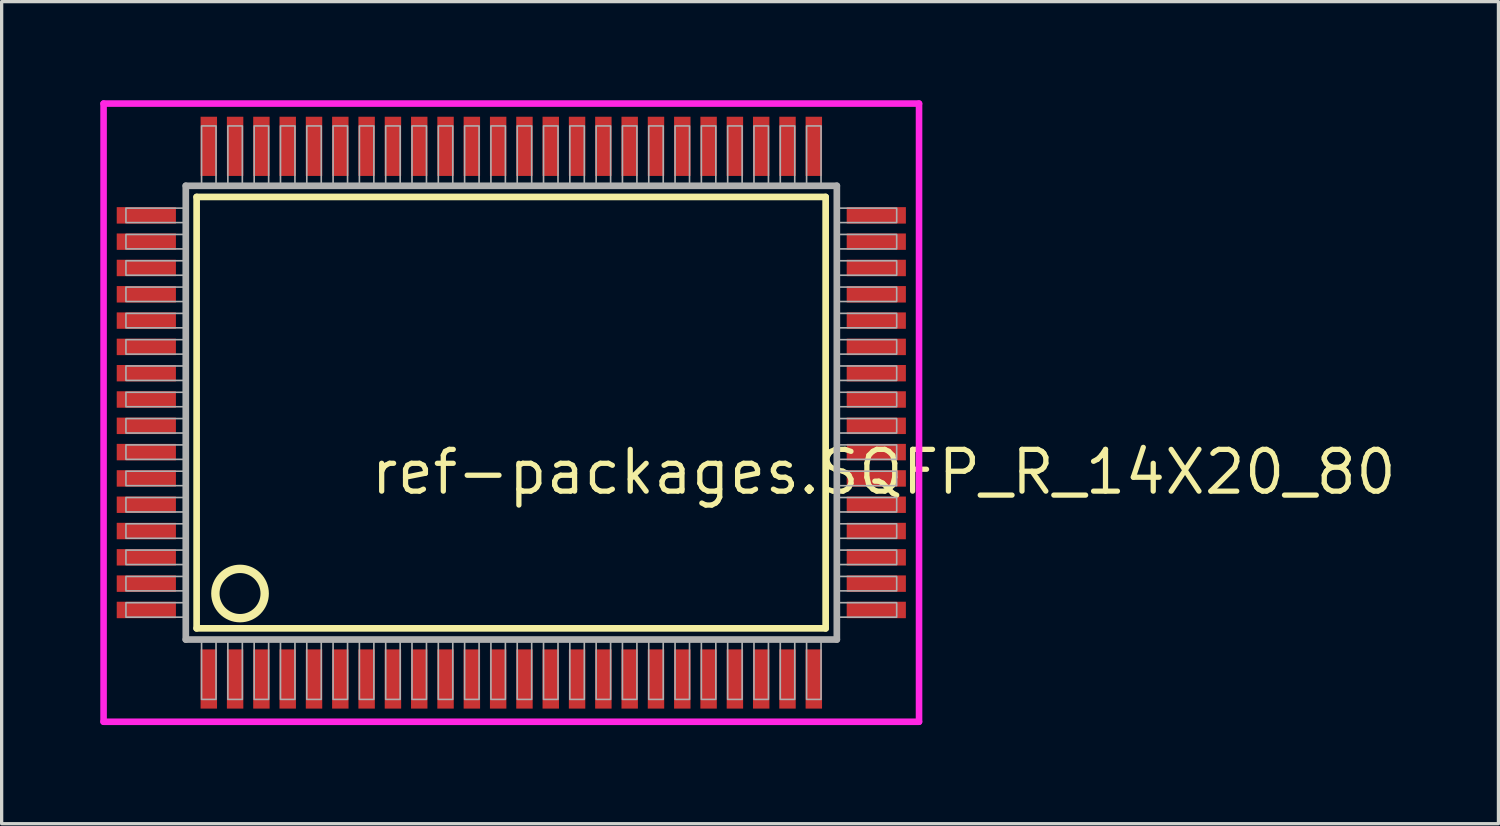
<source format=kicad_pcb>
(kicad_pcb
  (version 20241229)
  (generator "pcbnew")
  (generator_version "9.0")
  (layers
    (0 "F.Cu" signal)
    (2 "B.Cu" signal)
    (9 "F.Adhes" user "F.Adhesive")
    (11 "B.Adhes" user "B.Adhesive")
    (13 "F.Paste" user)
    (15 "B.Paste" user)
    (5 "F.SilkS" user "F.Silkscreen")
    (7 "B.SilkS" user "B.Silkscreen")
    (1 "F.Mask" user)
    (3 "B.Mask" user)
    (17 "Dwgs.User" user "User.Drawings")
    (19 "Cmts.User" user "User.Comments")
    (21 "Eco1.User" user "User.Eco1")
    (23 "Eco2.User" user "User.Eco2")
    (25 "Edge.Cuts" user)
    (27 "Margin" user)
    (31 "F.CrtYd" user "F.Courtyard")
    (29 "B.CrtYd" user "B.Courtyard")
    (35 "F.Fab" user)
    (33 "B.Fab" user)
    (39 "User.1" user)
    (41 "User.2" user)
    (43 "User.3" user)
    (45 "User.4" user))
  (footprint "ref-packages.SQFP_R_14X20_80"
    (layer "F.Cu")
    (at 12.5 9.5)
    (property "Reference" "ref-packages.SQFP_R_14X20_80" (at -4.35 2.55 0) (layer "F.SilkS") (effects (font (size 1.27 1.27) (thickness 0.16)) (justify left bottom)))
    (attr smd)
    (fp_line (start -9.57 -6.56) (end 9.56 -6.56) (stroke (width 0.203) (type default)) (layer "F.SilkS"))
    (fp_line (start -9.57 6.56) (end -9.57 -6.56) (stroke (width 0.203) (type default)) (layer "F.SilkS"))
    (fp_line (start 9.56 -6.56) (end 9.56 6.56) (stroke (width 0.203) (type default)) (layer "F.SilkS"))
    (fp_line (start 9.56 6.56) (end -9.57 6.56) (stroke (width 0.203) (type default)) (layer "F.SilkS"))
    (fp_circle (center -8.25 5.5) (end -7.5 5.5) (stroke (width 0.254) (type default)) (fill no) (layer "F.SilkS"))
    (fp_line (start -12.4 -9.4) (end 12.4 -9.4) (stroke (width 0.2) (type default)) (layer "F.CrtYd"))
    (fp_line (start -12.4 9.4) (end -12.4 -9.4) (stroke (width 0.2) (type default)) (layer "F.CrtYd"))
    (fp_line (start 12.4 -9.4) (end 12.4 9.4) (stroke (width 0.2) (type default)) (layer "F.CrtYd"))
    (fp_line (start 12.4 9.4) (end -12.4 9.4) (stroke (width 0.2) (type default)) (layer "F.CrtYd"))
    (fp_line (start -9.9 -6.9) (end -9.9 6.9) (stroke (width 0.203) (type default)) (layer "F.Fab"))
    (fp_line (start -9.9 6.9) (end 9.9 6.9) (stroke (width 0.203) (type default)) (layer "F.Fab"))
    (fp_line (start 9.9 -6.9) (end -9.9 -6.9) (stroke (width 0.203) (type default)) (layer "F.Fab"))
    (fp_line (start 9.9 6.9) (end 9.9 -6.9) (stroke (width 0.203) (type default)) (layer "F.Fab"))
    (fp_rect (start -11.72 -5.78) (end -9.95 -6.22) (stroke (width 0.05) (type default)) (fill no) (layer "F.Fab"))
    (fp_rect (start -11.72 -4.98) (end -9.95 -5.42) (stroke (width 0.05) (type default)) (fill no) (layer "F.Fab"))
    (fp_rect (start -11.72 -4.18) (end -9.95 -4.62) (stroke (width 0.05) (type default)) (fill no) (layer "F.Fab"))
    (fp_rect (start -11.72 -3.38) (end -9.95 -3.82) (stroke (width 0.05) (type default)) (fill no) (layer "F.Fab"))
    (fp_rect (start -11.72 -2.58) (end -9.95 -3.02) (stroke (width 0.05) (type default)) (fill no) (layer "F.Fab"))
    (fp_rect (start -11.72 -1.78) (end -9.95 -2.22) (stroke (width 0.05) (type default)) (fill no) (layer "F.Fab"))
    (fp_rect (start -11.72 -0.98) (end -9.95 -1.42) (stroke (width 0.05) (type default)) (fill no) (layer "F.Fab"))
    (fp_rect (start -11.72 -0.18) (end -9.95 -0.62) (stroke (width 0.05) (type default)) (fill no) (layer "F.Fab"))
    (fp_rect (start -11.72 0.62) (end -9.95 0.18) (stroke (width 0.05) (type default)) (fill no) (layer "F.Fab"))
    (fp_rect (start -11.72 1.42) (end -9.95 0.98) (stroke (width 0.05) (type default)) (fill no) (layer "F.Fab"))
    (fp_rect (start -11.72 2.22) (end -9.95 1.78) (stroke (width 0.05) (type default)) (fill no) (layer "F.Fab"))
    (fp_rect (start -11.72 3.02) (end -9.95 2.58) (stroke (width 0.05) (type default)) (fill no) (layer "F.Fab"))
    (fp_rect (start -11.72 3.82) (end -9.95 3.38) (stroke (width 0.05) (type default)) (fill no) (layer "F.Fab"))
    (fp_rect (start -11.72 4.62) (end -9.95 4.18) (stroke (width 0.05) (type default)) (fill no) (layer "F.Fab"))
    (fp_rect (start -11.72 5.42) (end -9.95 4.98) (stroke (width 0.05) (type default)) (fill no) (layer "F.Fab"))
    (fp_rect (start -11.72 6.22) (end -9.95 5.78) (stroke (width 0.05) (type default)) (fill no) (layer "F.Fab"))
    (fp_rect (start -9.42 -6.95) (end -8.98 -8.72) (stroke (width 0.05) (type default)) (fill no) (layer "F.Fab"))
    (fp_rect (start -9.42 8.72) (end -8.98 6.95) (stroke (width 0.05) (type default)) (fill no) (layer "F.Fab"))
    (fp_rect (start -8.62 -6.95) (end -8.18 -8.72) (stroke (width 0.05) (type default)) (fill no) (layer "F.Fab"))
    (fp_rect (start -8.62 8.72) (end -8.18 6.95) (stroke (width 0.05) (type default)) (fill no) (layer "F.Fab"))
    (fp_rect (start -7.82 -6.95) (end -7.38 -8.72) (stroke (width 0.05) (type default)) (fill no) (layer "F.Fab"))
    (fp_rect (start -7.82 8.72) (end -7.38 6.95) (stroke (width 0.05) (type default)) (fill no) (layer "F.Fab"))
    (fp_rect (start -7.02 -6.95) (end -6.58 -8.72) (stroke (width 0.05) (type default)) (fill no) (layer "F.Fab"))
    (fp_rect (start -7.02 8.72) (end -6.58 6.95) (stroke (width 0.05) (type default)) (fill no) (layer "F.Fab"))
    (fp_rect (start -6.22 -6.95) (end -5.78 -8.72) (stroke (width 0.05) (type default)) (fill no) (layer "F.Fab"))
    (fp_rect (start -6.22 8.72) (end -5.78 6.95) (stroke (width 0.05) (type default)) (fill no) (layer "F.Fab"))
    (fp_rect (start -5.42 -6.95) (end -4.98 -8.72) (stroke (width 0.05) (type default)) (fill no) (layer "F.Fab"))
    (fp_rect (start -5.42 8.72) (end -4.98 6.95) (stroke (width 0.05) (type default)) (fill no) (layer "F.Fab"))
    (fp_rect (start -4.62 -6.95) (end -4.18 -8.72) (stroke (width 0.05) (type default)) (fill no) (layer "F.Fab"))
    (fp_rect (start -4.62 8.72) (end -4.18 6.95) (stroke (width 0.05) (type default)) (fill no) (layer "F.Fab"))
    (fp_rect (start -3.82 -6.95) (end -3.38 -8.72) (stroke (width 0.05) (type default)) (fill no) (layer "F.Fab"))
    (fp_rect (start -3.82 8.72) (end -3.38 6.95) (stroke (width 0.05) (type default)) (fill no) (layer "F.Fab"))
    (fp_rect (start -3.02 -6.95) (end -2.58 -8.72) (stroke (width 0.05) (type default)) (fill no) (layer "F.Fab"))
    (fp_rect (start -3.02 8.72) (end -2.58 6.95) (stroke (width 0.05) (type default)) (fill no) (layer "F.Fab"))
    (fp_rect (start -2.22 -6.95) (end -1.78 -8.72) (stroke (width 0.05) (type default)) (fill no) (layer "F.Fab"))
    (fp_rect (start -2.22 8.72) (end -1.78 6.95) (stroke (width 0.05) (type default)) (fill no) (layer "F.Fab"))
    (fp_rect (start -1.42 -6.95) (end -0.98 -8.72) (stroke (width 0.05) (type default)) (fill no) (layer "F.Fab"))
    (fp_rect (start -1.42 8.72) (end -0.98 6.95) (stroke (width 0.05) (type default)) (fill no) (layer "F.Fab"))
    (fp_rect (start -0.62 -6.95) (end -0.18 -8.72) (stroke (width 0.05) (type default)) (fill no) (layer "F.Fab"))
    (fp_rect (start -0.62 8.72) (end -0.18 6.95) (stroke (width 0.05) (type default)) (fill no) (layer "F.Fab"))
    (fp_rect (start 0.18 -6.95) (end 0.62 -8.72) (stroke (width 0.05) (type default)) (fill no) (layer "F.Fab"))
    (fp_rect (start 0.18 8.72) (end 0.62 6.95) (stroke (width 0.05) (type default)) (fill no) (layer "F.Fab"))
    (fp_rect (start 0.98 -6.95) (end 1.42 -8.72) (stroke (width 0.05) (type default)) (fill no) (layer "F.Fab"))
    (fp_rect (start 0.98 8.72) (end 1.42 6.95) (stroke (width 0.05) (type default)) (fill no) (layer "F.Fab"))
    (fp_rect (start 1.78 -6.95) (end 2.22 -8.72) (stroke (width 0.05) (type default)) (fill no) (layer "F.Fab"))
    (fp_rect (start 1.78 8.72) (end 2.22 6.95) (stroke (width 0.05) (type default)) (fill no) (layer "F.Fab"))
    (fp_rect (start 2.58 -6.95) (end 3.02 -8.72) (stroke (width 0.05) (type default)) (fill no) (layer "F.Fab"))
    (fp_rect (start 2.58 8.72) (end 3.02 6.95) (stroke (width 0.05) (type default)) (fill no) (layer "F.Fab"))
    (fp_rect (start 3.38 -6.95) (end 3.82 -8.72) (stroke (width 0.05) (type default)) (fill no) (layer "F.Fab"))
    (fp_rect (start 3.38 8.72) (end 3.82 6.95) (stroke (width 0.05) (type default)) (fill no) (layer "F.Fab"))
    (fp_rect (start 4.18 -6.95) (end 4.62 -8.72) (stroke (width 0.05) (type default)) (fill no) (layer "F.Fab"))
    (fp_rect (start 4.18 8.72) (end 4.62 6.95) (stroke (width 0.05) (type default)) (fill no) (layer "F.Fab"))
    (fp_rect (start 4.98 -6.95) (end 5.42 -8.72) (stroke (width 0.05) (type default)) (fill no) (layer "F.Fab"))
    (fp_rect (start 4.98 8.72) (end 5.42 6.95) (stroke (width 0.05) (type default)) (fill no) (layer "F.Fab"))
    (fp_rect (start 5.78 -6.95) (end 6.22 -8.72) (stroke (width 0.05) (type default)) (fill no) (layer "F.Fab"))
    (fp_rect (start 5.78 8.72) (end 6.22 6.95) (stroke (width 0.05) (type default)) (fill no) (layer "F.Fab"))
    (fp_rect (start 6.58 -6.95) (end 7.02 -8.72) (stroke (width 0.05) (type default)) (fill no) (layer "F.Fab"))
    (fp_rect (start 6.58 8.72) (end 7.02 6.95) (stroke (width 0.05) (type default)) (fill no) (layer "F.Fab"))
    (fp_rect (start 7.38 -6.95) (end 7.82 -8.72) (stroke (width 0.05) (type default)) (fill no) (layer "F.Fab"))
    (fp_rect (start 7.38 8.72) (end 7.82 6.95) (stroke (width 0.05) (type default)) (fill no) (layer "F.Fab"))
    (fp_rect (start 8.18 -6.95) (end 8.62 -8.72) (stroke (width 0.05) (type default)) (fill no) (layer "F.Fab"))
    (fp_rect (start 8.18 8.72) (end 8.62 6.95) (stroke (width 0.05) (type default)) (fill no) (layer "F.Fab"))
    (fp_rect (start 8.98 -6.95) (end 9.42 -8.72) (stroke (width 0.05) (type default)) (fill no) (layer "F.Fab"))
    (fp_rect (start 8.98 8.72) (end 9.42 6.95) (stroke (width 0.05) (type default)) (fill no) (layer "F.Fab"))
    (fp_rect (start 9.95 -5.78) (end 11.72 -6.22) (stroke (width 0.05) (type default)) (fill no) (layer "F.Fab"))
    (fp_rect (start 9.95 -4.98) (end 11.72 -5.42) (stroke (width 0.05) (type default)) (fill no) (layer "F.Fab"))
    (fp_rect (start 9.95 -4.18) (end 11.72 -4.62) (stroke (width 0.05) (type default)) (fill no) (layer "F.Fab"))
    (fp_rect (start 9.95 -3.38) (end 11.72 -3.82) (stroke (width 0.05) (type default)) (fill no) (layer "F.Fab"))
    (fp_rect (start 9.95 -2.58) (end 11.72 -3.02) (stroke (width 0.05) (type default)) (fill no) (layer "F.Fab"))
    (fp_rect (start 9.95 -1.78) (end 11.72 -2.22) (stroke (width 0.05) (type default)) (fill no) (layer "F.Fab"))
    (fp_rect (start 9.95 -0.98) (end 11.72 -1.42) (stroke (width 0.05) (type default)) (fill no) (layer "F.Fab"))
    (fp_rect (start 9.95 -0.18) (end 11.72 -0.62) (stroke (width 0.05) (type default)) (fill no) (layer "F.Fab"))
    (fp_rect (start 9.95 0.62) (end 11.72 0.18) (stroke (width 0.05) (type default)) (fill no) (layer "F.Fab"))
    (fp_rect (start 9.95 1.42) (end 11.72 0.98) (stroke (width 0.05) (type default)) (fill no) (layer "F.Fab"))
    (fp_rect (start 9.95 2.22) (end 11.72 1.78) (stroke (width 0.05) (type default)) (fill no) (layer "F.Fab"))
    (fp_rect (start 9.95 3.02) (end 11.72 2.58) (stroke (width 0.05) (type default)) (fill no) (layer "F.Fab"))
    (fp_rect (start 9.95 3.82) (end 11.72 3.38) (stroke (width 0.05) (type default)) (fill no) (layer "F.Fab"))
    (fp_rect (start 9.95 4.62) (end 11.72 4.18) (stroke (width 0.05) (type default)) (fill no) (layer "F.Fab"))
    (fp_rect (start 9.95 5.42) (end 11.72 4.98) (stroke (width 0.05) (type default)) (fill no) (layer "F.Fab"))
    (fp_rect (start 9.95 6.22) (end 11.72 5.78) (stroke (width 0.05) (type default)) (fill no) (layer "F.Fab"))
    (pad "1" smd roundrect (at -9.2 8.1) (size 0.5 1.8) (layers "F.Cu" "F.Mask" "F.Paste") (roundrect_rratio 0.01))
    (pad "2" smd roundrect (at -8.4 8.1) (size 0.5 1.8) (layers "F.Cu" "F.Mask" "F.Paste") (roundrect_rratio 0.01))
    (pad "3" smd roundrect (at -7.6 8.1) (size 0.5 1.8) (layers "F.Cu" "F.Mask" "F.Paste") (roundrect_rratio 0.01))
    (pad "4" smd roundrect (at -6.8 8.1) (size 0.5 1.8) (layers "F.Cu" "F.Mask" "F.Paste") (roundrect_rratio 0.01))
    (pad "5" smd roundrect (at -6 8.1) (size 0.5 1.8) (layers "F.Cu" "F.Mask" "F.Paste") (roundrect_rratio 0.01))
    (pad "6" smd roundrect (at -5.2 8.1) (size 0.5 1.8) (layers "F.Cu" "F.Mask" "F.Paste") (roundrect_rratio 0.01))
    (pad "7" smd roundrect (at -4.4 8.1) (size 0.5 1.8) (layers "F.Cu" "F.Mask" "F.Paste") (roundrect_rratio 0.01))
    (pad "8" smd roundrect (at -3.6 8.1) (size 0.5 1.8) (layers "F.Cu" "F.Mask" "F.Paste") (roundrect_rratio 0.01))
    (pad "9" smd roundrect (at -2.8 8.1) (size 0.5 1.8) (layers "F.Cu" "F.Mask" "F.Paste") (roundrect_rratio 0.01))
    (pad "10" smd roundrect (at -2 8.1) (size 0.5 1.8) (layers "F.Cu" "F.Mask" "F.Paste") (roundrect_rratio 0.01))
    (pad "11" smd roundrect (at -1.2 8.1) (size 0.5 1.8) (layers "F.Cu" "F.Mask" "F.Paste") (roundrect_rratio 0.01))
    (pad "12" smd roundrect (at -0.4 8.1) (size 0.5 1.8) (layers "F.Cu" "F.Mask" "F.Paste") (roundrect_rratio 0.01))
    (pad "13" smd roundrect (at 0.4 8.1) (size 0.5 1.8) (layers "F.Cu" "F.Mask" "F.Paste") (roundrect_rratio 0.01))
    (pad "14" smd roundrect (at 1.2 8.1) (size 0.5 1.8) (layers "F.Cu" "F.Mask" "F.Paste") (roundrect_rratio 0.01))
    (pad "15" smd roundrect (at 2 8.1) (size 0.5 1.8) (layers "F.Cu" "F.Mask" "F.Paste") (roundrect_rratio 0.01))
    (pad "16" smd roundrect (at 2.8 8.1) (size 0.5 1.8) (layers "F.Cu" "F.Mask" "F.Paste") (roundrect_rratio 0.01))
    (pad "17" smd roundrect (at 3.6 8.1) (size 0.5 1.8) (layers "F.Cu" "F.Mask" "F.Paste") (roundrect_rratio 0.01))
    (pad "18" smd roundrect (at 4.4 8.1) (size 0.5 1.8) (layers "F.Cu" "F.Mask" "F.Paste") (roundrect_rratio 0.01))
    (pad "19" smd roundrect (at 5.2 8.1) (size 0.5 1.8) (layers "F.Cu" "F.Mask" "F.Paste") (roundrect_rratio 0.01))
    (pad "20" smd roundrect (at 6 8.1) (size 0.5 1.8) (layers "F.Cu" "F.Mask" "F.Paste") (roundrect_rratio 0.01))
    (pad "21" smd roundrect (at 6.8 8.1) (size 0.5 1.8) (layers "F.Cu" "F.Mask" "F.Paste") (roundrect_rratio 0.01))
    (pad "22" smd roundrect (at 7.6 8.1) (size 0.5 1.8) (layers "F.Cu" "F.Mask" "F.Paste") (roundrect_rratio 0.01))
    (pad "23" smd roundrect (at 8.4 8.1) (size 0.5 1.8) (layers "F.Cu" "F.Mask" "F.Paste") (roundrect_rratio 0.01))
    (pad "24" smd roundrect (at 9.2 8.1) (size 0.5 1.8) (layers "F.Cu" "F.Mask" "F.Paste") (roundrect_rratio 0.01))
    (pad "25" smd roundrect (at 11.1 6) (size 1.8 0.5) (layers "F.Cu" "F.Mask" "F.Paste") (roundrect_rratio 0.01))
    (pad "26" smd roundrect (at 11.1 5.2) (size 1.8 0.5) (layers "F.Cu" "F.Mask" "F.Paste") (roundrect_rratio 0.01))
    (pad "27" smd roundrect (at 11.1 4.4) (size 1.8 0.5) (layers "F.Cu" "F.Mask" "F.Paste") (roundrect_rratio 0.01))
    (pad "28" smd roundrect (at 11.1 3.6) (size 1.8 0.5) (layers "F.Cu" "F.Mask" "F.Paste") (roundrect_rratio 0.01))
    (pad "29" smd roundrect (at 11.1 2.8) (size 1.8 0.5) (layers "F.Cu" "F.Mask" "F.Paste") (roundrect_rratio 0.01))
    (pad "30" smd roundrect (at 11.1 2) (size 1.8 0.5) (layers "F.Cu" "F.Mask" "F.Paste") (roundrect_rratio 0.01))
    (pad "31" smd roundrect (at 11.1 1.2) (size 1.8 0.5) (layers "F.Cu" "F.Mask" "F.Paste") (roundrect_rratio 0.01))
    (pad "32" smd roundrect (at 11.1 0.4) (size 1.8 0.5) (layers "F.Cu" "F.Mask" "F.Paste") (roundrect_rratio 0.01))
    (pad "33" smd roundrect (at 11.1 -0.4) (size 1.8 0.5) (layers "F.Cu" "F.Mask" "F.Paste") (roundrect_rratio 0.01))
    (pad "34" smd roundrect (at 11.1 -1.2) (size 1.8 0.5) (layers "F.Cu" "F.Mask" "F.Paste") (roundrect_rratio 0.01))
    (pad "35" smd roundrect (at 11.1 -2) (size 1.8 0.5) (layers "F.Cu" "F.Mask" "F.Paste") (roundrect_rratio 0.01))
    (pad "36" smd roundrect (at 11.1 -2.8) (size 1.8 0.5) (layers "F.Cu" "F.Mask" "F.Paste") (roundrect_rratio 0.01))
    (pad "37" smd roundrect (at 11.1 -3.6) (size 1.8 0.5) (layers "F.Cu" "F.Mask" "F.Paste") (roundrect_rratio 0.01))
    (pad "38" smd roundrect (at 11.1 -4.4) (size 1.8 0.5) (layers "F.Cu" "F.Mask" "F.Paste") (roundrect_rratio 0.01))
    (pad "39" smd roundrect (at 11.1 -5.2) (size 1.8 0.5) (layers "F.Cu" "F.Mask" "F.Paste") (roundrect_rratio 0.01))
    (pad "40" smd roundrect (at 11.1 -6) (size 1.8 0.5) (layers "F.Cu" "F.Mask" "F.Paste") (roundrect_rratio 0.01))
    (pad "41" smd roundrect (at 9.2 -8.1) (size 0.5 1.8) (layers "F.Cu" "F.Mask" "F.Paste") (roundrect_rratio 0.01))
    (pad "42" smd roundrect (at 8.4 -8.1) (size 0.5 1.8) (layers "F.Cu" "F.Mask" "F.Paste") (roundrect_rratio 0.01))
    (pad "43" smd roundrect (at 7.6 -8.1) (size 0.5 1.8) (layers "F.Cu" "F.Mask" "F.Paste") (roundrect_rratio 0.01))
    (pad "44" smd roundrect (at 6.8 -8.1) (size 0.5 1.8) (layers "F.Cu" "F.Mask" "F.Paste") (roundrect_rratio 0.01))
    (pad "45" smd roundrect (at 6 -8.1) (size 0.5 1.8) (layers "F.Cu" "F.Mask" "F.Paste") (roundrect_rratio 0.01))
    (pad "46" smd roundrect (at 5.2 -8.1) (size 0.5 1.8) (layers "F.Cu" "F.Mask" "F.Paste") (roundrect_rratio 0.01))
    (pad "47" smd roundrect (at 4.4 -8.1) (size 0.5 1.8) (layers "F.Cu" "F.Mask" "F.Paste") (roundrect_rratio 0.01))
    (pad "48" smd roundrect (at 3.6 -8.1) (size 0.5 1.8) (layers "F.Cu" "F.Mask" "F.Paste") (roundrect_rratio 0.01))
    (pad "49" smd roundrect (at 2.8 -8.1) (size 0.5 1.8) (layers "F.Cu" "F.Mask" "F.Paste") (roundrect_rratio 0.01))
    (pad "50" smd roundrect (at 2 -8.1) (size 0.5 1.8) (layers "F.Cu" "F.Mask" "F.Paste") (roundrect_rratio 0.01))
    (pad "51" smd roundrect (at 1.2 -8.1) (size 0.5 1.8) (layers "F.Cu" "F.Mask" "F.Paste") (roundrect_rratio 0.01))
    (pad "52" smd roundrect (at 0.4 -8.1) (size 0.5 1.8) (layers "F.Cu" "F.Mask" "F.Paste") (roundrect_rratio 0.01))
    (pad "53" smd roundrect (at -0.4 -8.1) (size 0.5 1.8) (layers "F.Cu" "F.Mask" "F.Paste") (roundrect_rratio 0.01))
    (pad "54" smd roundrect (at -1.2 -8.1) (size 0.5 1.8) (layers "F.Cu" "F.Mask" "F.Paste") (roundrect_rratio 0.01))
    (pad "55" smd roundrect (at -2 -8.1) (size 0.5 1.8) (layers "F.Cu" "F.Mask" "F.Paste") (roundrect_rratio 0.01))
    (pad "56" smd roundrect (at -2.8 -8.1) (size 0.5 1.8) (layers "F.Cu" "F.Mask" "F.Paste") (roundrect_rratio 0.01))
    (pad "57" smd roundrect (at -3.6 -8.1) (size 0.5 1.8) (layers "F.Cu" "F.Mask" "F.Paste") (roundrect_rratio 0.01))
    (pad "58" smd roundrect (at -4.4 -8.1) (size 0.5 1.8) (layers "F.Cu" "F.Mask" "F.Paste") (roundrect_rratio 0.01))
    (pad "59" smd roundrect (at -5.2 -8.1) (size 0.5 1.8) (layers "F.Cu" "F.Mask" "F.Paste") (roundrect_rratio 0.01))
    (pad "60" smd roundrect (at -6 -8.1) (size 0.5 1.8) (layers "F.Cu" "F.Mask" "F.Paste") (roundrect_rratio 0.01))
    (pad "61" smd roundrect (at -6.8 -8.1) (size 0.5 1.8) (layers "F.Cu" "F.Mask" "F.Paste") (roundrect_rratio 0.01))
    (pad "62" smd roundrect (at -7.6 -8.1) (size 0.5 1.8) (layers "F.Cu" "F.Mask" "F.Paste") (roundrect_rratio 0.01))
    (pad "63" smd roundrect (at -8.4 -8.1) (size 0.5 1.8) (layers "F.Cu" "F.Mask" "F.Paste") (roundrect_rratio 0.01))
    (pad "64" smd roundrect (at -9.2 -8.1) (size 0.5 1.8) (layers "F.Cu" "F.Mask" "F.Paste") (roundrect_rratio 0.01))
    (pad "65" smd roundrect (at -11.1 -6) (size 1.8 0.5) (layers "F.Cu" "F.Mask" "F.Paste") (roundrect_rratio 0.01))
    (pad "66" smd roundrect (at -11.1 -5.2) (size 1.8 0.5) (layers "F.Cu" "F.Mask" "F.Paste") (roundrect_rratio 0.01))
    (pad "67" smd roundrect (at -11.1 -4.4) (size 1.8 0.5) (layers "F.Cu" "F.Mask" "F.Paste") (roundrect_rratio 0.01))
    (pad "68" smd roundrect (at -11.1 -3.6) (size 1.8 0.5) (layers "F.Cu" "F.Mask" "F.Paste") (roundrect_rratio 0.01))
    (pad "69" smd roundrect (at -11.1 -2.8) (size 1.8 0.5) (layers "F.Cu" "F.Mask" "F.Paste") (roundrect_rratio 0.01))
    (pad "70" smd roundrect (at -11.1 -2) (size 1.8 0.5) (layers "F.Cu" "F.Mask" "F.Paste") (roundrect_rratio 0.01))
    (pad "71" smd roundrect (at -11.1 -1.2) (size 1.8 0.5) (layers "F.Cu" "F.Mask" "F.Paste") (roundrect_rratio 0.01))
    (pad "72" smd roundrect (at -11.1 -0.4) (size 1.8 0.5) (layers "F.Cu" "F.Mask" "F.Paste") (roundrect_rratio 0.01))
    (pad "73" smd roundrect (at -11.1 0.4) (size 1.8 0.5) (layers "F.Cu" "F.Mask" "F.Paste") (roundrect_rratio 0.01))
    (pad "74" smd roundrect (at -11.1 1.2) (size 1.8 0.5) (layers "F.Cu" "F.Mask" "F.Paste") (roundrect_rratio 0.01))
    (pad "75" smd roundrect (at -11.1 2) (size 1.8 0.5) (layers "F.Cu" "F.Mask" "F.Paste") (roundrect_rratio 0.01))
    (pad "76" smd roundrect (at -11.1 2.8) (size 1.8 0.5) (layers "F.Cu" "F.Mask" "F.Paste") (roundrect_rratio 0.01))
    (pad "77" smd roundrect (at -11.1 3.6) (size 1.8 0.5) (layers "F.Cu" "F.Mask" "F.Paste") (roundrect_rratio 0.01))
    (pad "78" smd roundrect (at -11.1 4.4) (size 1.8 0.5) (layers "F.Cu" "F.Mask" "F.Paste") (roundrect_rratio 0.01))
    (pad "79" smd roundrect (at -11.1 5.2) (size 1.8 0.5) (layers "F.Cu" "F.Mask" "F.Paste") (roundrect_rratio 0.01))
    (pad "80" smd roundrect (at -11.1 6) (size 1.8 0.5) (layers "F.Cu" "F.Mask" "F.Paste") (roundrect_rratio 0.01)))
  (gr_rect
    (start -3 -3)
    (end 42.521 22)
    (stroke (width 0.1) (type default))
    (fill no)
    (layer "Edge.Cuts")))
</source>
